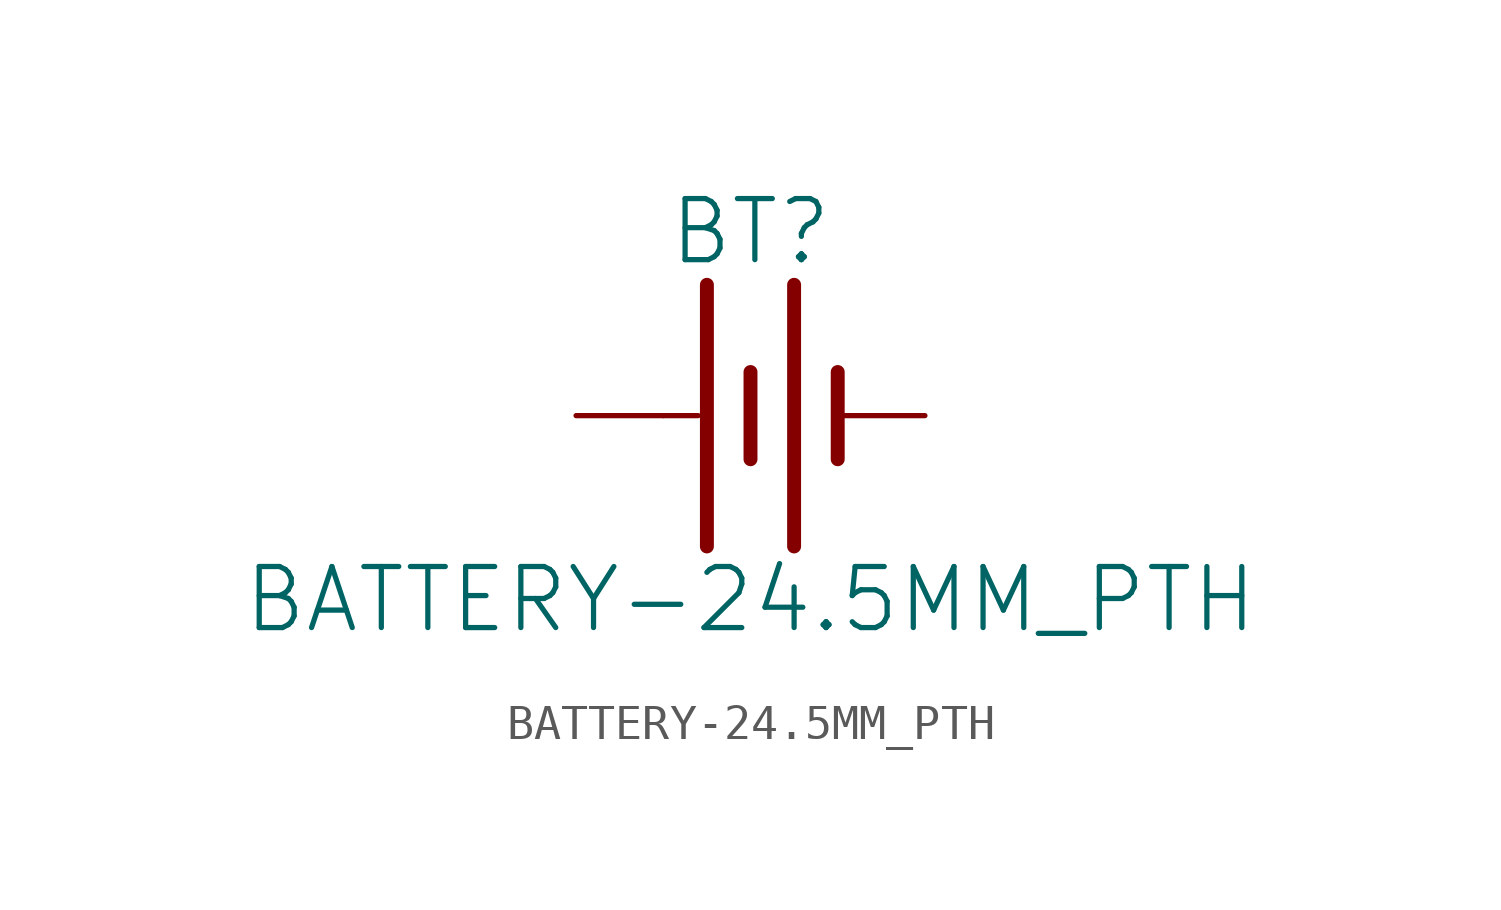
<source format=kicad_sym>
(kicad_symbol_lib
  (version 20211014)
  (generator kicad_symbol_editor)
  (symbol "BATTERY-24.5MM_PTH"
    (property "Reference" "BT"
      (at 0 4.318 0)
      (effects (font (size 1.778 1.778)) (justify bottom)))
    (property "Value" "BATTERY-24.5MM_PTH"
      (at 0 -4.318 0)
      (effects (font (size 1.778 1.778)) (justify top)))
    (property "ki_locked" ""
      (at 0 0 0)
      (effects (font (size 1.27 1.27))))
    (symbol "BATTERY-24.5MM_PTH_1_0"
      (polyline (pts (xy -2.54 0) (xy -1.524 0)) (stroke (width 0.152) (type default) (color 0 0 0 0)) (fill (type none)))
      (polyline (pts (xy -1.27 3.81) (xy -1.27 -3.81)) (stroke (width 0.406) (type default) (color 0 0 0 0)) (fill (type none)))
      (polyline (pts (xy 0 1.27) (xy 0 -1.27)) (stroke (width 0.406) (type default) (color 0 0 0 0)) (fill (type none)))
      (polyline (pts (xy 1.27 3.81) (xy 1.27 -3.81)) (stroke (width 0.406) (type default) (color 0 0 0 0)) (fill (type none)))
      (polyline (pts (xy 2.54 1.27) (xy 2.54 -1.27)) (stroke (width 0.406) (type default) (color 0 0 0 0)) (fill (type none)))
      (pin power_in line (at 5.08 0 180) (length 2.54) (name "-" (effects (font (size 0 0)))) (number "2" (effects (font (size 0 0)))))
      (pin power_in line (at -5.08 0 0) (length 2.54) (name "+" (effects (font (size 0 0)))) (number "3" (effects (font (size 0 0))))))))
</source>
